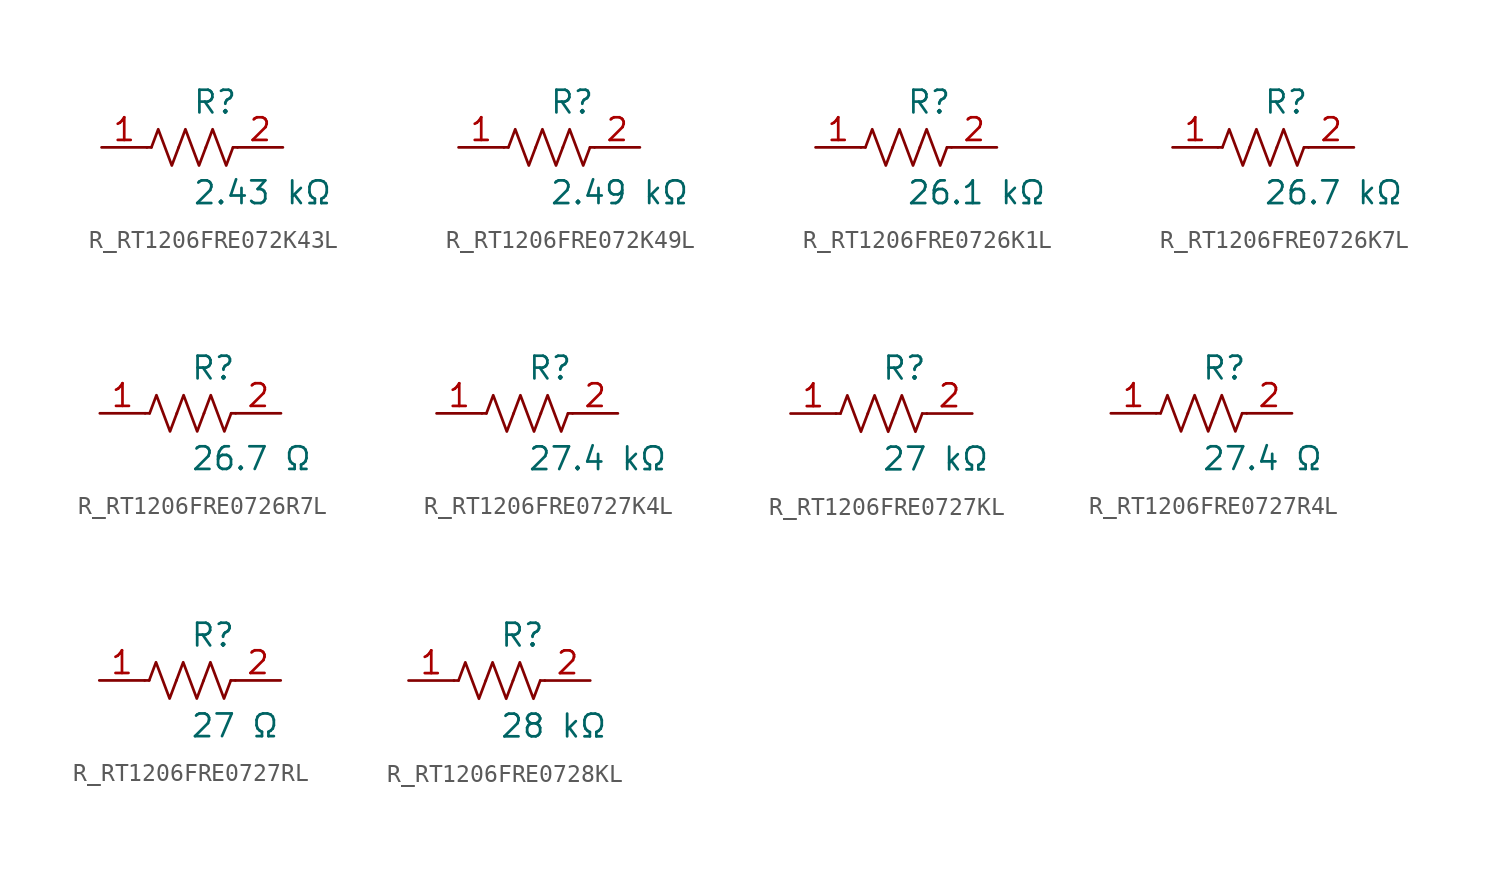
<source format=kicad_sym>
(kicad_symbol_lib
  (version 20231120)
  (generator kicad_symbol_editor)
  (generator_version 8.0)
  (symbol "R_RT1206FRE072K43L"
    (pin_names
      (offset 0.254))
    (property "Reference" "R"
      (at 0 2.54 0)
      (effects (font (size 1.27 1.27)) (justify left)))
    (property "Value" "2.43 kΩ"
      (at 0 -2.54 0)
      (effects (font (size 1.27 1.27)) (justify left)))
    (symbol "R_RT1206FRE072K43L_0_1"
      (polyline (pts (xy 2.286 0) (xy 2.54 0)) (stroke (width 0) (type default)) (fill (type none)))
      (polyline (pts (xy -2.286 0) (xy -2.54 0)) (stroke (width 0) (type default)) (fill (type none)))
      (polyline (pts (xy 0.762 0) (xy 1.143 1.016) (xy 1.524 0) (xy 1.905 -1.016) (xy 2.286 0)) (stroke (width 0) (type default)) (fill (type none)))
      (polyline (pts (xy -0.762 0) (xy -0.381 1.016) (xy 0 0) (xy 0.381 -1.016) (xy 0.762 0)) (stroke (width 0) (type default)) (fill (type none)))
      (polyline (pts (xy -2.286 0) (xy -1.905 1.016) (xy -1.524 0) (xy -1.143 -1.016) (xy -0.762 0)) (stroke (width 0) (type default)) (fill (type none))))
    (pin unspecified line
      (at -5.08 0 0)
      (length 2.54)
      (name "" (effects (font (size 1.27 1.27))))
      (number "1" (effects (font (size 1.27 1.27)))))
    (pin unspecified line
      (at 5.08 0 180)
      (length 2.54)
      (name "" (effects (font (size 1.27 1.27))))
      (number "2" (effects (font (size 1.27 1.27))))))
  (symbol "R_RT1206FRE072K49L"
    (pin_names
      (offset 0.254))
    (property "Reference" "R"
      (at 0 2.54 0)
      (effects (font (size 1.27 1.27)) (justify left)))
    (property "Value" "2.49 kΩ"
      (at 0 -2.54 0)
      (effects (font (size 1.27 1.27)) (justify left)))
    (symbol "R_RT1206FRE072K49L_0_1"
      (polyline (pts (xy 2.286 0) (xy 2.54 0)) (stroke (width 0) (type default)) (fill (type none)))
      (polyline (pts (xy -2.286 0) (xy -2.54 0)) (stroke (width 0) (type default)) (fill (type none)))
      (polyline (pts (xy 0.762 0) (xy 1.143 1.016) (xy 1.524 0) (xy 1.905 -1.016) (xy 2.286 0)) (stroke (width 0) (type default)) (fill (type none)))
      (polyline (pts (xy -0.762 0) (xy -0.381 1.016) (xy 0 0) (xy 0.381 -1.016) (xy 0.762 0)) (stroke (width 0) (type default)) (fill (type none)))
      (polyline (pts (xy -2.286 0) (xy -1.905 1.016) (xy -1.524 0) (xy -1.143 -1.016) (xy -0.762 0)) (stroke (width 0) (type default)) (fill (type none))))
    (pin unspecified line
      (at -5.08 0 0)
      (length 2.54)
      (name "" (effects (font (size 1.27 1.27))))
      (number "1" (effects (font (size 1.27 1.27)))))
    (pin unspecified line
      (at 5.08 0 180)
      (length 2.54)
      (name "" (effects (font (size 1.27 1.27))))
      (number "2" (effects (font (size 1.27 1.27))))))
  (symbol "R_RT1206FRE0726K1L"
    (pin_names
      (offset 0.254))
    (property "Reference" "R"
      (at 0 2.54 0)
      (effects (font (size 1.27 1.27)) (justify left)))
    (property "Value" "26.1 kΩ"
      (at 0 -2.54 0)
      (effects (font (size 1.27 1.27)) (justify left)))
    (symbol "R_RT1206FRE0726K1L_0_1"
      (polyline (pts (xy 2.286 0) (xy 2.54 0)) (stroke (width 0) (type default)) (fill (type none)))
      (polyline (pts (xy -2.286 0) (xy -2.54 0)) (stroke (width 0) (type default)) (fill (type none)))
      (polyline (pts (xy 0.762 0) (xy 1.143 1.016) (xy 1.524 0) (xy 1.905 -1.016) (xy 2.286 0)) (stroke (width 0) (type default)) (fill (type none)))
      (polyline (pts (xy -0.762 0) (xy -0.381 1.016) (xy 0 0) (xy 0.381 -1.016) (xy 0.762 0)) (stroke (width 0) (type default)) (fill (type none)))
      (polyline (pts (xy -2.286 0) (xy -1.905 1.016) (xy -1.524 0) (xy -1.143 -1.016) (xy -0.762 0)) (stroke (width 0) (type default)) (fill (type none))))
    (pin unspecified line
      (at -5.08 0 0)
      (length 2.54)
      (name "" (effects (font (size 1.27 1.27))))
      (number "1" (effects (font (size 1.27 1.27)))))
    (pin unspecified line
      (at 5.08 0 180)
      (length 2.54)
      (name "" (effects (font (size 1.27 1.27))))
      (number "2" (effects (font (size 1.27 1.27))))))
  (symbol "R_RT1206FRE0726K7L"
    (pin_names
      (offset 0.254))
    (property "Reference" "R"
      (at 0 2.54 0)
      (effects (font (size 1.27 1.27)) (justify left)))
    (property "Value" "26.7 kΩ"
      (at 0 -2.54 0)
      (effects (font (size 1.27 1.27)) (justify left)))
    (symbol "R_RT1206FRE0726K7L_0_1"
      (polyline (pts (xy 2.286 0) (xy 2.54 0)) (stroke (width 0) (type default)) (fill (type none)))
      (polyline (pts (xy -2.286 0) (xy -2.54 0)) (stroke (width 0) (type default)) (fill (type none)))
      (polyline (pts (xy 0.762 0) (xy 1.143 1.016) (xy 1.524 0) (xy 1.905 -1.016) (xy 2.286 0)) (stroke (width 0) (type default)) (fill (type none)))
      (polyline (pts (xy -0.762 0) (xy -0.381 1.016) (xy 0 0) (xy 0.381 -1.016) (xy 0.762 0)) (stroke (width 0) (type default)) (fill (type none)))
      (polyline (pts (xy -2.286 0) (xy -1.905 1.016) (xy -1.524 0) (xy -1.143 -1.016) (xy -0.762 0)) (stroke (width 0) (type default)) (fill (type none))))
    (pin unspecified line
      (at -5.08 0 0)
      (length 2.54)
      (name "" (effects (font (size 1.27 1.27))))
      (number "1" (effects (font (size 1.27 1.27)))))
    (pin unspecified line
      (at 5.08 0 180)
      (length 2.54)
      (name "" (effects (font (size 1.27 1.27))))
      (number "2" (effects (font (size 1.27 1.27))))))
  (symbol "R_RT1206FRE0726R7L"
    (pin_names
      (offset 0.254))
    (property "Reference" "R"
      (at 0 2.54 0)
      (effects (font (size 1.27 1.27)) (justify left)))
    (property "Value" "26.7 Ω"
      (at 0 -2.54 0)
      (effects (font (size 1.27 1.27)) (justify left)))
    (symbol "R_RT1206FRE0726R7L_0_1"
      (polyline (pts (xy 2.286 0) (xy 2.54 0)) (stroke (width 0) (type default)) (fill (type none)))
      (polyline (pts (xy -2.286 0) (xy -2.54 0)) (stroke (width 0) (type default)) (fill (type none)))
      (polyline (pts (xy 0.762 0) (xy 1.143 1.016) (xy 1.524 0) (xy 1.905 -1.016) (xy 2.286 0)) (stroke (width 0) (type default)) (fill (type none)))
      (polyline (pts (xy -0.762 0) (xy -0.381 1.016) (xy 0 0) (xy 0.381 -1.016) (xy 0.762 0)) (stroke (width 0) (type default)) (fill (type none)))
      (polyline (pts (xy -2.286 0) (xy -1.905 1.016) (xy -1.524 0) (xy -1.143 -1.016) (xy -0.762 0)) (stroke (width 0) (type default)) (fill (type none))))
    (pin unspecified line
      (at -5.08 0 0)
      (length 2.54)
      (name "" (effects (font (size 1.27 1.27))))
      (number "1" (effects (font (size 1.27 1.27)))))
    (pin unspecified line
      (at 5.08 0 180)
      (length 2.54)
      (name "" (effects (font (size 1.27 1.27))))
      (number "2" (effects (font (size 1.27 1.27))))))
  (symbol "R_RT1206FRE0727K4L"
    (pin_names
      (offset 0.254))
    (property "Reference" "R"
      (at 0 2.54 0)
      (effects (font (size 1.27 1.27)) (justify left)))
    (property "Value" "27.4 kΩ"
      (at 0 -2.54 0)
      (effects (font (size 1.27 1.27)) (justify left)))
    (symbol "R_RT1206FRE0727K4L_0_1"
      (polyline (pts (xy 2.286 0) (xy 2.54 0)) (stroke (width 0) (type default)) (fill (type none)))
      (polyline (pts (xy -2.286 0) (xy -2.54 0)) (stroke (width 0) (type default)) (fill (type none)))
      (polyline (pts (xy 0.762 0) (xy 1.143 1.016) (xy 1.524 0) (xy 1.905 -1.016) (xy 2.286 0)) (stroke (width 0) (type default)) (fill (type none)))
      (polyline (pts (xy -0.762 0) (xy -0.381 1.016) (xy 0 0) (xy 0.381 -1.016) (xy 0.762 0)) (stroke (width 0) (type default)) (fill (type none)))
      (polyline (pts (xy -2.286 0) (xy -1.905 1.016) (xy -1.524 0) (xy -1.143 -1.016) (xy -0.762 0)) (stroke (width 0) (type default)) (fill (type none))))
    (pin unspecified line
      (at -5.08 0 0)
      (length 2.54)
      (name "" (effects (font (size 1.27 1.27))))
      (number "1" (effects (font (size 1.27 1.27)))))
    (pin unspecified line
      (at 5.08 0 180)
      (length 2.54)
      (name "" (effects (font (size 1.27 1.27))))
      (number "2" (effects (font (size 1.27 1.27))))))
  (symbol "R_RT1206FRE0727KL"
    (pin_names
      (offset 0.254))
    (property "Reference" "R"
      (at 0 2.54 0)
      (effects (font (size 1.27 1.27)) (justify left)))
    (property "Value" "27 kΩ"
      (at 0 -2.54 0)
      (effects (font (size 1.27 1.27)) (justify left)))
    (symbol "R_RT1206FRE0727KL_0_1"
      (polyline (pts (xy 2.286 0) (xy 2.54 0)) (stroke (width 0) (type default)) (fill (type none)))
      (polyline (pts (xy -2.286 0) (xy -2.54 0)) (stroke (width 0) (type default)) (fill (type none)))
      (polyline (pts (xy 0.762 0) (xy 1.143 1.016) (xy 1.524 0) (xy 1.905 -1.016) (xy 2.286 0)) (stroke (width 0) (type default)) (fill (type none)))
      (polyline (pts (xy -0.762 0) (xy -0.381 1.016) (xy 0 0) (xy 0.381 -1.016) (xy 0.762 0)) (stroke (width 0) (type default)) (fill (type none)))
      (polyline (pts (xy -2.286 0) (xy -1.905 1.016) (xy -1.524 0) (xy -1.143 -1.016) (xy -0.762 0)) (stroke (width 0) (type default)) (fill (type none))))
    (pin unspecified line
      (at -5.08 0 0)
      (length 2.54)
      (name "" (effects (font (size 1.27 1.27))))
      (number "1" (effects (font (size 1.27 1.27)))))
    (pin unspecified line
      (at 5.08 0 180)
      (length 2.54)
      (name "" (effects (font (size 1.27 1.27))))
      (number "2" (effects (font (size 1.27 1.27))))))
  (symbol "R_RT1206FRE0727R4L"
    (pin_names
      (offset 0.254))
    (property "Reference" "R"
      (at 0 2.54 0)
      (effects (font (size 1.27 1.27)) (justify left)))
    (property "Value" "27.4 Ω"
      (at 0 -2.54 0)
      (effects (font (size 1.27 1.27)) (justify left)))
    (symbol "R_RT1206FRE0727R4L_0_1"
      (polyline (pts (xy 2.286 0) (xy 2.54 0)) (stroke (width 0) (type default)) (fill (type none)))
      (polyline (pts (xy -2.286 0) (xy -2.54 0)) (stroke (width 0) (type default)) (fill (type none)))
      (polyline (pts (xy 0.762 0) (xy 1.143 1.016) (xy 1.524 0) (xy 1.905 -1.016) (xy 2.286 0)) (stroke (width 0) (type default)) (fill (type none)))
      (polyline (pts (xy -0.762 0) (xy -0.381 1.016) (xy 0 0) (xy 0.381 -1.016) (xy 0.762 0)) (stroke (width 0) (type default)) (fill (type none)))
      (polyline (pts (xy -2.286 0) (xy -1.905 1.016) (xy -1.524 0) (xy -1.143 -1.016) (xy -0.762 0)) (stroke (width 0) (type default)) (fill (type none))))
    (pin unspecified line
      (at -5.08 0 0)
      (length 2.54)
      (name "" (effects (font (size 1.27 1.27))))
      (number "1" (effects (font (size 1.27 1.27)))))
    (pin unspecified line
      (at 5.08 0 180)
      (length 2.54)
      (name "" (effects (font (size 1.27 1.27))))
      (number "2" (effects (font (size 1.27 1.27))))))
  (symbol "R_RT1206FRE0727RL"
    (pin_names
      (offset 0.254))
    (property "Reference" "R"
      (at 0 2.54 0)
      (effects (font (size 1.27 1.27)) (justify left)))
    (property "Value" "27 Ω"
      (at 0 -2.54 0)
      (effects (font (size 1.27 1.27)) (justify left)))
    (symbol "R_RT1206FRE0727RL_0_1"
      (polyline (pts (xy 2.286 0) (xy 2.54 0)) (stroke (width 0) (type default)) (fill (type none)))
      (polyline (pts (xy -2.286 0) (xy -2.54 0)) (stroke (width 0) (type default)) (fill (type none)))
      (polyline (pts (xy 0.762 0) (xy 1.143 1.016) (xy 1.524 0) (xy 1.905 -1.016) (xy 2.286 0)) (stroke (width 0) (type default)) (fill (type none)))
      (polyline (pts (xy -0.762 0) (xy -0.381 1.016) (xy 0 0) (xy 0.381 -1.016) (xy 0.762 0)) (stroke (width 0) (type default)) (fill (type none)))
      (polyline (pts (xy -2.286 0) (xy -1.905 1.016) (xy -1.524 0) (xy -1.143 -1.016) (xy -0.762 0)) (stroke (width 0) (type default)) (fill (type none))))
    (pin unspecified line
      (at -5.08 0 0)
      (length 2.54)
      (name "" (effects (font (size 1.27 1.27))))
      (number "1" (effects (font (size 1.27 1.27)))))
    (pin unspecified line
      (at 5.08 0 180)
      (length 2.54)
      (name "" (effects (font (size 1.27 1.27))))
      (number "2" (effects (font (size 1.27 1.27))))))
  (symbol "R_RT1206FRE0728KL"
    (pin_names
      (offset 0.254))
    (property "Reference" "R"
      (at 0 2.54 0)
      (effects (font (size 1.27 1.27)) (justify left)))
    (property "Value" "28 kΩ"
      (at 0 -2.54 0)
      (effects (font (size 1.27 1.27)) (justify left)))
    (symbol "R_RT1206FRE0728KL_0_1"
      (polyline (pts (xy 2.286 0) (xy 2.54 0)) (stroke (width 0) (type default)) (fill (type none)))
      (polyline (pts (xy -2.286 0) (xy -2.54 0)) (stroke (width 0) (type default)) (fill (type none)))
      (polyline (pts (xy 0.762 0) (xy 1.143 1.016) (xy 1.524 0) (xy 1.905 -1.016) (xy 2.286 0)) (stroke (width 0) (type default)) (fill (type none)))
      (polyline (pts (xy -0.762 0) (xy -0.381 1.016) (xy 0 0) (xy 0.381 -1.016) (xy 0.762 0)) (stroke (width 0) (type default)) (fill (type none)))
      (polyline (pts (xy -2.286 0) (xy -1.905 1.016) (xy -1.524 0) (xy -1.143 -1.016) (xy -0.762 0)) (stroke (width 0) (type default)) (fill (type none))))
    (pin unspecified line
      (at -5.08 0 0)
      (length 2.54)
      (name "" (effects (font (size 1.27 1.27))))
      (number "1" (effects (font (size 1.27 1.27)))))
    (pin unspecified line
      (at 5.08 0 180)
      (length 2.54)
      (name "" (effects (font (size 1.27 1.27))))
      (number "2" (effects (font (size 1.27 1.27)))))))
</source>
